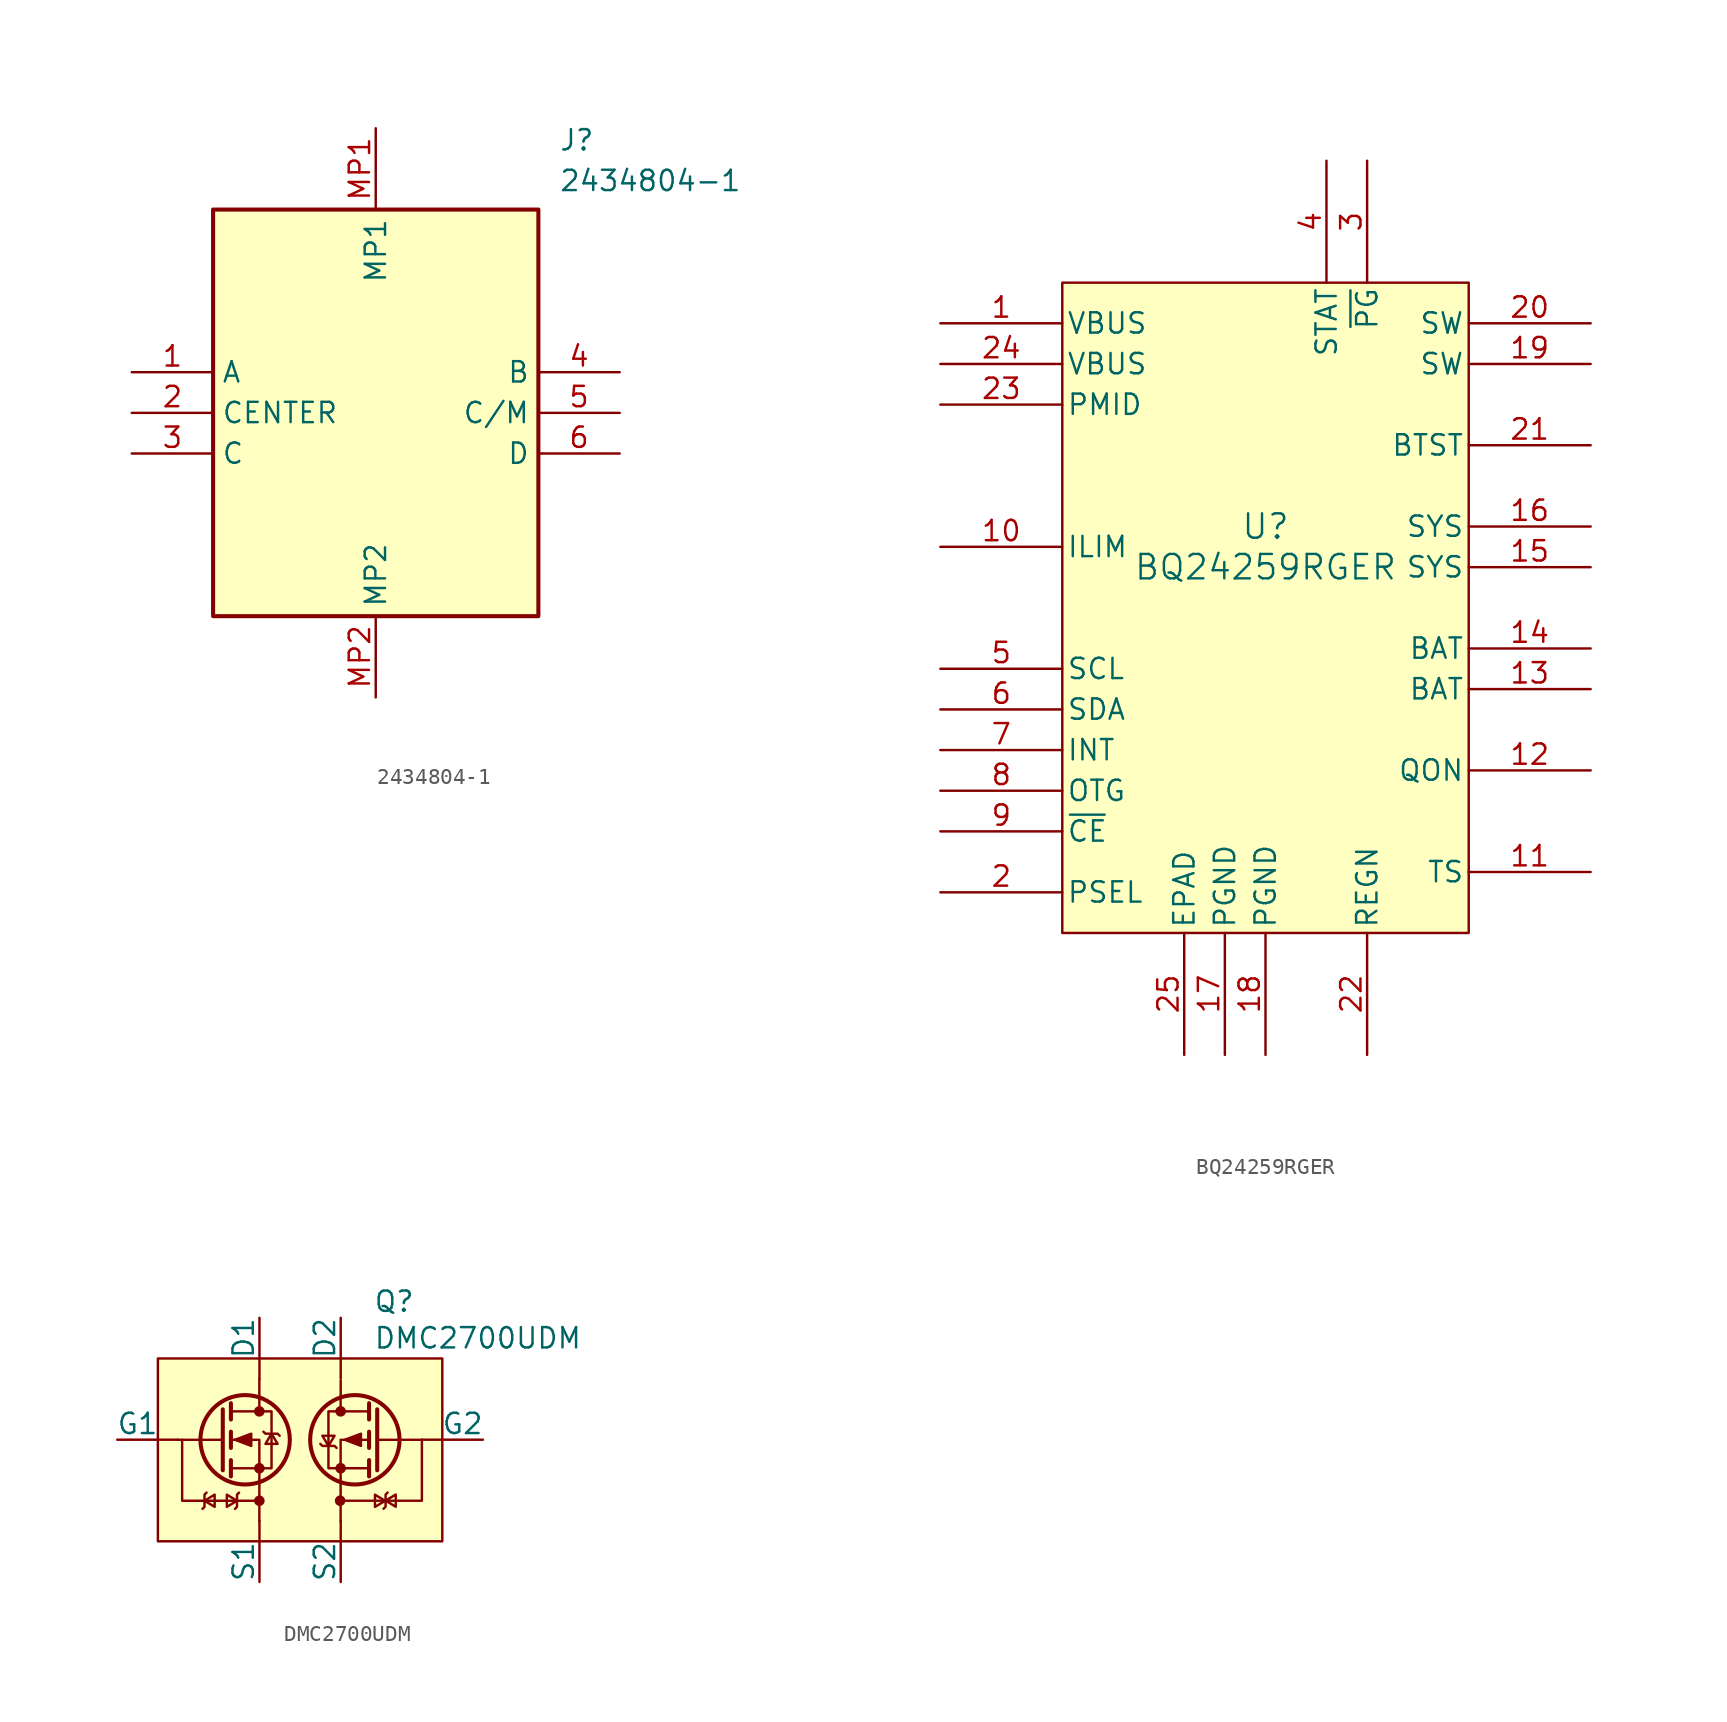
<source format=kicad_sym>
(kicad_symbol_lib
  (version 20241209)
  (generator "kicad_symbol_editor")
  (generator_version "9.0")
  (symbol "2434804-1"
    (property "Reference" "J"
      (at 26.67 15.24 0)
      (effects (font (size 1.27 1.27)) (justify left top)))
    (property "Value" "2434804-1"
      (at 26.67 12.7 0)
      (effects (font (size 1.27 1.27)) (justify left top)))
    (symbol "2434804-1_1_1"
      (rectangle (start 5.08 10.16) (end 25.4 -15.24) (stroke (width 0.254) (type default)) (fill (type background)))
      (pin passive line (at 0 0 0) (length 5.08) (name "A" (effects (font (size 1.27 1.27)))) (number "1" (effects (font (size 1.27 1.27)))))
      (pin passive line (at 0 -2.54 0) (length 5.08) (name "CENTER" (effects (font (size 1.27 1.27)))) (number "2" (effects (font (size 1.27 1.27)))))
      (pin passive line (at 0 -5.08 0) (length 5.08) (name "C" (effects (font (size 1.27 1.27)))) (number "3" (effects (font (size 1.27 1.27)))))
      (pin passive line (at 15.24 15.24 270) (length 5.08) (name "MP1" (effects (font (size 1.27 1.27)))) (number "MP1" (effects (font (size 1.27 1.27)))))
      (pin passive line (at 15.24 -20.32 90) (length 5.08) (name "MP2" (effects (font (size 1.27 1.27)))) (number "MP2" (effects (font (size 1.27 1.27)))))
      (pin passive line (at 30.48 0 180) (length 5.08) (name "B" (effects (font (size 1.27 1.27)))) (number "4" (effects (font (size 1.27 1.27)))))
      (pin passive line (at 30.48 -2.54 180) (length 5.08) (name "C/M" (effects (font (size 1.27 1.27)))) (number "5" (effects (font (size 1.27 1.27)))))
      (pin passive line (at 30.48 -5.08 180) (length 5.08) (name "D" (effects (font (size 1.27 1.27)))) (number "6" (effects (font (size 1.27 1.27)))))))
  (symbol "BQ24259RGER"
    (pin_names
      (offset 0.254))
    (property "Reference" "U"
      (at 20.32 -10.16 0)
      (effects (font (size 1.524 1.524))))
    (property "Value" "BQ24259RGER"
      (at 20.32 -12.7 0)
      (effects (font (size 1.524 1.524))))
    (symbol "BQ24259RGER_0_1"
      (pin power_in line (at 0 2.54 0) (length 7.62) (name "VBUS" (effects (font (size 1.27 1.27)))) (number "1" (effects (font (size 1.27 1.27)))))
      (pin power_in line (at 0 0 0) (length 7.62) (name "VBUS" (effects (font (size 1.27 1.27)))) (number "24" (effects (font (size 1.27 1.27)))))
      (pin output line (at 0 -2.54 0) (length 7.62) (name "PMID" (effects (font (size 1.27 1.27)))) (number "23" (effects (font (size 1.27 1.27)))))
      (pin input line (at 0 -11.43 0) (length 7.62) (name "ILIM" (effects (font (size 1.27 1.27)))) (number "10" (effects (font (size 1.27 1.27)))))
      (pin input line (at 0 -19.05 0) (length 7.62) (name "SCL" (effects (font (size 1.27 1.27)))) (number "5" (effects (font (size 1.27 1.27)))))
      (pin bidirectional line (at 0 -21.59 0) (length 7.62) (name "SDA" (effects (font (size 1.27 1.27)))) (number "6" (effects (font (size 1.27 1.27)))))
      (pin output line (at 0 -24.13 0) (length 7.62) (name "INT" (effects (font (size 1.27 1.27)))) (number "7" (effects (font (size 1.27 1.27)))))
      (pin input line (at 0 -26.67 0) (length 7.62) (name "OTG" (effects (font (size 1.27 1.27)))) (number "8" (effects (font (size 1.27 1.27)))))
      (pin input line (at 0 -33.02 0) (length 7.62) (name "PSEL" (effects (font (size 1.27 1.27)))) (number "2" (effects (font (size 1.27 1.27)))))
      (pin power_in line (at 17.78 -43.18 90) (length 7.62) (name "PGND" (effects (font (size 1.27 1.27)))) (number "17" (effects (font (size 1.27 1.27)))))
      (pin power_in line (at 20.32 -43.18 90) (length 7.62) (name "PGND" (effects (font (size 1.27 1.27)))) (number "18" (effects (font (size 1.27 1.27)))))
      (pin input line (at 40.64 -10.16 180) (length 7.62) (name "SYS" (effects (font (size 1.27 1.27)))) (number "16" (effects (font (size 1.27 1.27)))))
      (pin input line (at 40.64 -12.7 180) (length 7.62) (name "SYS" (effects (font (size 1.27 1.27)))) (number "15" (effects (font (size 1.27 1.27)))))
      (pin input line (at 40.64 -25.4 180) (length 7.62) (name "QON" (effects (font (size 1.27 1.27)))) (number "12" (effects (font (size 1.27 1.27)))))
      (pin input line (at 40.64 -31.75 180) (length 7.62) (name "TS" (effects (font (size 1.27 1.27)))) (number "11" (effects (font (size 1.27 1.27))))))
    (symbol "BQ24259RGER_1_1"
      (rectangle (start 7.62 5.08) (end 33.02 -35.56) (stroke (width 0) (type default)) (fill (type background)))
      (pin input line (at 0 -29.21 0) (length 7.62) (name "~{CE}" (effects (font (size 1.27 1.27)))) (number "9" (effects (font (size 1.27 1.27)))))
      (pin passive line (at 15.24 -43.18 90) (length 7.62) (name "EPAD" (effects (font (size 1.27 1.27)))) (number "25" (effects (font (size 1.27 1.27)))))
      (pin open_collector line (at 24.13 12.7 270) (length 7.62) (name "STAT" (effects (font (size 1.27 1.27)))) (number "4" (effects (font (size 1.27 1.27)))))
      (pin open_collector line (at 26.67 12.7 270) (length 7.62) (name "~{PG}" (effects (font (size 1.27 1.27)))) (number "3" (effects (font (size 1.27 1.27)))))
      (pin output line (at 26.67 -43.18 90) (length 7.62) (name "REGN" (effects (font (size 1.27 1.27)))) (number "22" (effects (font (size 1.27 1.27)))))
      (pin power_out line (at 40.64 2.54 180) (length 7.62) (name "SW" (effects (font (size 1.27 1.27)))) (number "20" (effects (font (size 1.27 1.27)))))
      (pin power_out line (at 40.64 0 180) (length 7.62) (name "SW" (effects (font (size 1.27 1.27)))) (number "19" (effects (font (size 1.27 1.27)))))
      (pin input line (at 40.64 -5.08 180) (length 7.62) (name "BTST" (effects (font (size 1.27 1.27)))) (number "21" (effects (font (size 1.27 1.27)))))
      (pin power_out line (at 40.64 -17.78 180) (length 7.62) (name "BAT" (effects (font (size 1.27 1.27)))) (number "14" (effects (font (size 1.27 1.27)))))
      (pin power_out line (at 40.64 -20.32 180) (length 7.62) (name "BAT" (effects (font (size 1.27 1.27)))) (number "13" (effects (font (size 1.27 1.27)))))))
  (symbol "DMC2700UDM"
    (pin_numbers
      (hide yes))
    (pin_names
      (offset 0))
    (property "Reference" "Q"
      (at 4.572 8.636 0)
      (effects (font (size 1.27 1.27)) (justify left)))
    (property "Value" "DMC2700UDM"
      (at 4.572 6.35 0)
      (effects (font (size 1.27 1.27)) (justify left)))
    (symbol "DMC2700UDM_0_1"
      (polyline (pts (xy -8.89 0) (xy -7.62 0)) (stroke (width 0) (type default)) (fill (type none)))
      (polyline (pts (xy -2.547 3.804) (xy -2.547 2.534)) (stroke (width 0) (type default)) (fill (type none)))
      (polyline (pts (xy -2.547 -3.816) (xy -7.373 -3.816) (xy -7.373 -0.005)) (stroke (width 0) (type default)) (fill (type none)))
      (polyline (pts (xy -2.54 5.08) (xy -2.54 3.81)) (stroke (width 0) (type default)) (fill (type none)))
      (polyline (pts (xy -2.54 -6.35) (xy -2.54 -5.08)) (stroke (width 0) (type default)) (fill (type none)))
      (polyline (pts (xy 1.772 -0.386) (xy 2.153 0.249) (xy 1.391 0.249) (xy 1.772 -0.386)) (stroke (width 0) (type default)) (fill (type none)))
      (polyline (pts (xy 2.28 -0.513) (xy 2.153 -0.386) (xy 1.391 -0.386) (xy 1.264 -0.259)) (stroke (width 0) (type default)) (fill (type none)))
      (polyline (pts (xy 2.534 2.535) (xy 2.534 1.773)) (stroke (width 0) (type default)) (fill (type none)))
      (circle (center 2.534 1.773) (radius 0.254) (stroke (width 0) (type default)) (fill (type outline)))
      (circle (center 2.534 -1.783) (radius 0.254) (stroke (width 0) (type default)) (fill (type outline)))
      (polyline (pts (xy 2.534 -2.545) (xy 2.534 -5.085)) (stroke (width 0) (type default)) (fill (type none)))
      (polyline (pts (xy 2.534 -2.545) (xy 2.534 -0.005) (xy 4.312 -0.005)) (stroke (width 0) (type default)) (fill (type none)))
      (polyline (pts (xy 2.538 2.659) (xy 2.538 3.695)) (stroke (width 0) (type default)) (fill (type none)))
      (polyline (pts (xy 2.54 5.08) (xy 2.54 3.81)) (stroke (width 0) (type default)) (fill (type none)))
      (polyline (pts (xy 2.54 -6.35) (xy 2.54 -5.08)) (stroke (width 0) (type default)) (fill (type none)))
      (polyline (pts (xy 2.54 -6.35) (xy 2.54 -6.35)) (stroke (width 0) (type default)) (fill (type none)))
      (polyline (pts (xy 2.788 -0.005) (xy 3.804 0.376) (xy 3.804 -0.386) (xy 2.788 -0.005)) (stroke (width 0) (type default)) (fill (type outline)))
      (circle (center 3.423 -0.005) (radius 2.794) (stroke (width 0.254) (type default)) (fill (type none)))
      (polyline (pts (xy 4.312 2.281) (xy 4.312 1.265)) (stroke (width 0.254) (type default)) (fill (type none)))
      (polyline (pts (xy 4.312 1.773) (xy 1.772 1.773) (xy 1.772 -1.783) (xy 4.312 -1.783)) (stroke (width 0) (type default)) (fill (type none)))
      (polyline (pts (xy 4.312 0.503) (xy 4.312 -0.513)) (stroke (width 0.254) (type default)) (fill (type none)))
      (polyline (pts (xy 4.312 -1.275) (xy 4.312 -2.291)) (stroke (width 0.254) (type default)) (fill (type none)))
      (polyline (pts (xy 4.82 1.9) (xy 4.82 -1.91)) (stroke (width 0.254) (type default)) (fill (type none)))
      (polyline (pts (xy 4.82 -0.005) (xy 7.614 -0.005)) (stroke (width 0) (type default)) (fill (type none)))
      (polyline (pts (xy 7.614 -0.005) (xy 7.614 -3.815) (xy 2.534 -3.815)) (stroke (width 0) (type default)) (fill (type none)))
      (polyline (pts (xy 8.89 0) (xy 7.62 0)) (stroke (width 0) (type default)) (fill (type none))))
    (symbol "DMC2700UDM_1_1"
      (rectangle (start -8.89 5.08) (end 8.89 -6.35) (stroke (width 0) (type default)) (fill (type background)))
      (polyline (pts (xy -6.103 -4.324) (xy -5.976 -4.197) (xy -5.976 -3.434) (xy -5.849 -3.308)) (stroke (width 0) (type default)) (fill (type none)))
      (polyline (pts (xy -5.976 -3.816) (xy -5.341 -4.197) (xy -5.341 -3.434) (xy -5.976 -3.816)) (stroke (width 0) (type default)) (fill (type none)))
      (polyline (pts (xy -4.833 1.899) (xy -4.833 -1.911)) (stroke (width 0.254) (type default)) (fill (type none)))
      (polyline (pts (xy -4.833 -0.005) (xy -7.627 -0.005)) (stroke (width 0) (type default)) (fill (type none)))
      (polyline (pts (xy -4.325 2.28) (xy -4.325 1.264)) (stroke (width 0.254) (type default)) (fill (type none)))
      (polyline (pts (xy -4.325 0.502) (xy -4.325 -0.513)) (stroke (width 0.254) (type default)) (fill (type none)))
      (polyline (pts (xy -4.325 -1.276) (xy -4.325 -2.292)) (stroke (width 0.254) (type default)) (fill (type none)))
      (polyline (pts (xy -4.325 -1.784) (xy -1.785 -1.784) (xy -1.785 1.772) (xy -4.325 1.772)) (stroke (width 0) (type default)) (fill (type none)))
      (polyline (pts (xy -4.071 -0.005) (xy -3.055 0.376) (xy -3.055 -0.387) (xy -4.071 -0.005)) (stroke (width 0) (type default)) (fill (type outline)))
      (polyline (pts (xy -3.944 -3.816) (xy -4.579 -3.434) (xy -4.579 -4.197) (xy -3.944 -3.816)) (stroke (width 0) (type default)) (fill (type none)))
      (polyline (pts (xy -3.817 -3.308) (xy -3.944 -3.434) (xy -3.944 -4.197) (xy -4.071 -4.324)) (stroke (width 0) (type default)) (fill (type none)))
      (circle (center -3.436 -0.005) (radius 2.794) (stroke (width 0.254) (type default)) (fill (type none)))
      (polyline (pts (xy -2.547 2.534) (xy -2.547 1.772)) (stroke (width 0) (type default)) (fill (type none)))
      (circle (center -2.547 1.772) (radius 0.254) (stroke (width 0) (type default)) (fill (type outline)))
      (circle (center -2.547 -1.784) (radius 0.254) (stroke (width 0) (type default)) (fill (type outline)))
      (polyline (pts (xy -2.547 -2.546) (xy -2.547 -0.005) (xy -4.325 -0.005)) (stroke (width 0) (type default)) (fill (type none)))
      (circle (center -2.547 -3.816) (radius 0.254) (stroke (width 0) (type default)) (fill (type outline)))
      (polyline (pts (xy -2.547 -5.085) (xy -2.547 -2.546)) (stroke (width 0) (type default)) (fill (type none)))
      (polyline (pts (xy -2.293 0.502) (xy -2.166 0.376) (xy -1.404 0.376) (xy -1.277 0.248)) (stroke (width 0) (type default)) (fill (type none)))
      (polyline (pts (xy -1.785 0.376) (xy -2.166 -0.26) (xy -1.404 -0.26) (xy -1.785 0.376)) (stroke (width 0) (type default)) (fill (type none)))
      (circle (center 2.502 -3.813) (radius 0.254) (stroke (width 0) (type default)) (fill (type outline)))
      (polyline (pts (xy 5.218 -4.316) (xy 5.345 -4.189) (xy 5.345 -3.427) (xy 5.472 -3.3)) (stroke (width 0) (type default)) (fill (type none)))
      (polyline (pts (xy 5.316 -3.818) (xy 4.681 -3.437) (xy 4.681 -4.199) (xy 5.316 -3.818)) (stroke (width 0) (type default)) (fill (type none)))
      (polyline (pts (xy 5.345 -3.808) (xy 5.98 -4.189) (xy 5.98 -3.427) (xy 5.345 -3.808)) (stroke (width 0) (type default)) (fill (type none)))
      (pin input line (at -11.43 0 0) (length 2.54) (name "G1" (effects (font (size 1.27 1.27)))) (number "1" (effects (font (size 1.27 1.27)))))
      (pin passive line (at -2.54 7.62 270) (length 2.54) (name "D1" (effects (font (size 1.27 1.27)))) (number "6" (effects (font (size 1.27 1.27)))))
      (pin passive line (at -2.54 -8.89 90) (length 2.54) (name "S1" (effects (font (size 1.27 1.27)))) (number "5" (effects (font (size 1.27 1.27)))))
      (pin passive line (at 2.54 7.62 270) (length 2.54) (name "D2" (effects (font (size 1.27 1.27)))) (number "4" (effects (font (size 1.27 1.27)))))
      (pin passive line (at 2.54 -8.89 90) (length 2.54) (name "S2" (effects (font (size 1.27 1.27)))) (number "2" (effects (font (size 1.27 1.27)))))
      (pin input line (at 11.43 0 180) (length 2.54) (name "G2" (effects (font (size 1.27 1.27)))) (number "3" (effects (font (size 1.27 1.27))))))))
</source>
